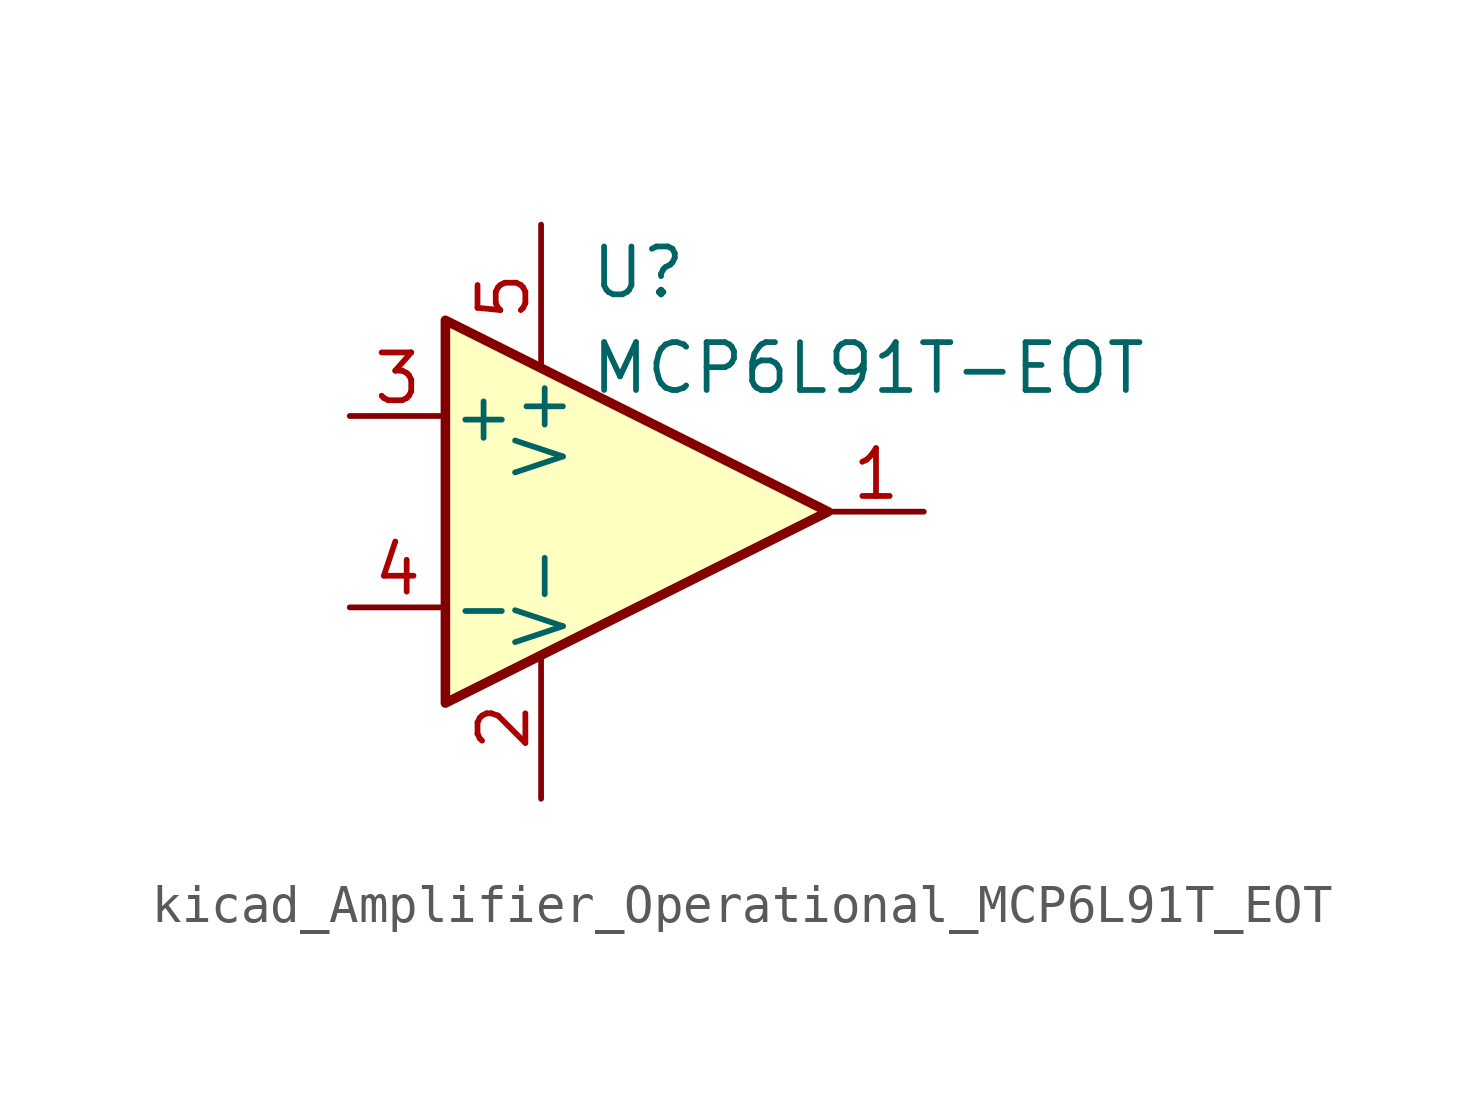
<source format=kicad_sym>
(kicad_symbol_lib
  (version 20220914)
  (generator kicad_symbol_editor)
  (symbol "kicad_Amplifier_Operational_MCP6L91T_EOT"
    (pin_names
      (offset 0.127))
    (property "Reference" "U"
      (at -1.27 6.35 0)
      (effects (font (size 1.27 1.27)) (justify left)))
    (property "Value" "MCP6L91T-EOT"
      (at -1.27 3.81 0)
      (effects (font (size 1.27 1.27)) (justify left)))
    (symbol "kicad_Amplifier_Operational_MCP6L91T_EOT_0_1"
      (polyline (pts (xy -5.08 5.08) (xy 5.08 0) (xy -5.08 -5.08) (xy -5.08 5.08)) (stroke (width 0.254) (type default)) (fill (type background)))
      (pin power_in line (at -2.54 -7.62 90) (length 3.81) (name "V-" (effects (font (size 1.27 1.27)))) (number "2" (effects (font (size 1.27 1.27)))))
      (pin power_in line (at -2.54 7.62 270) (length 3.81) (name "V+" (effects (font (size 1.27 1.27)))) (number "5" (effects (font (size 1.27 1.27))))))
    (symbol "kicad_Amplifier_Operational_MCP6L91T_EOT_1_1"
      (pin output line (at 7.62 0 180) (length 2.54) (name "~" (effects (font (size 1.27 1.27)))) (number "1" (effects (font (size 1.27 1.27)))))
      (pin input line (at -7.62 2.54 0) (length 2.54) (name "+" (effects (font (size 1.27 1.27)))) (number "3" (effects (font (size 1.27 1.27)))))
      (pin input line (at -7.62 -2.54 0) (length 2.54) (name "-" (effects (font (size 1.27 1.27)))) (number "4" (effects (font (size 1.27 1.27))))))))
</source>
